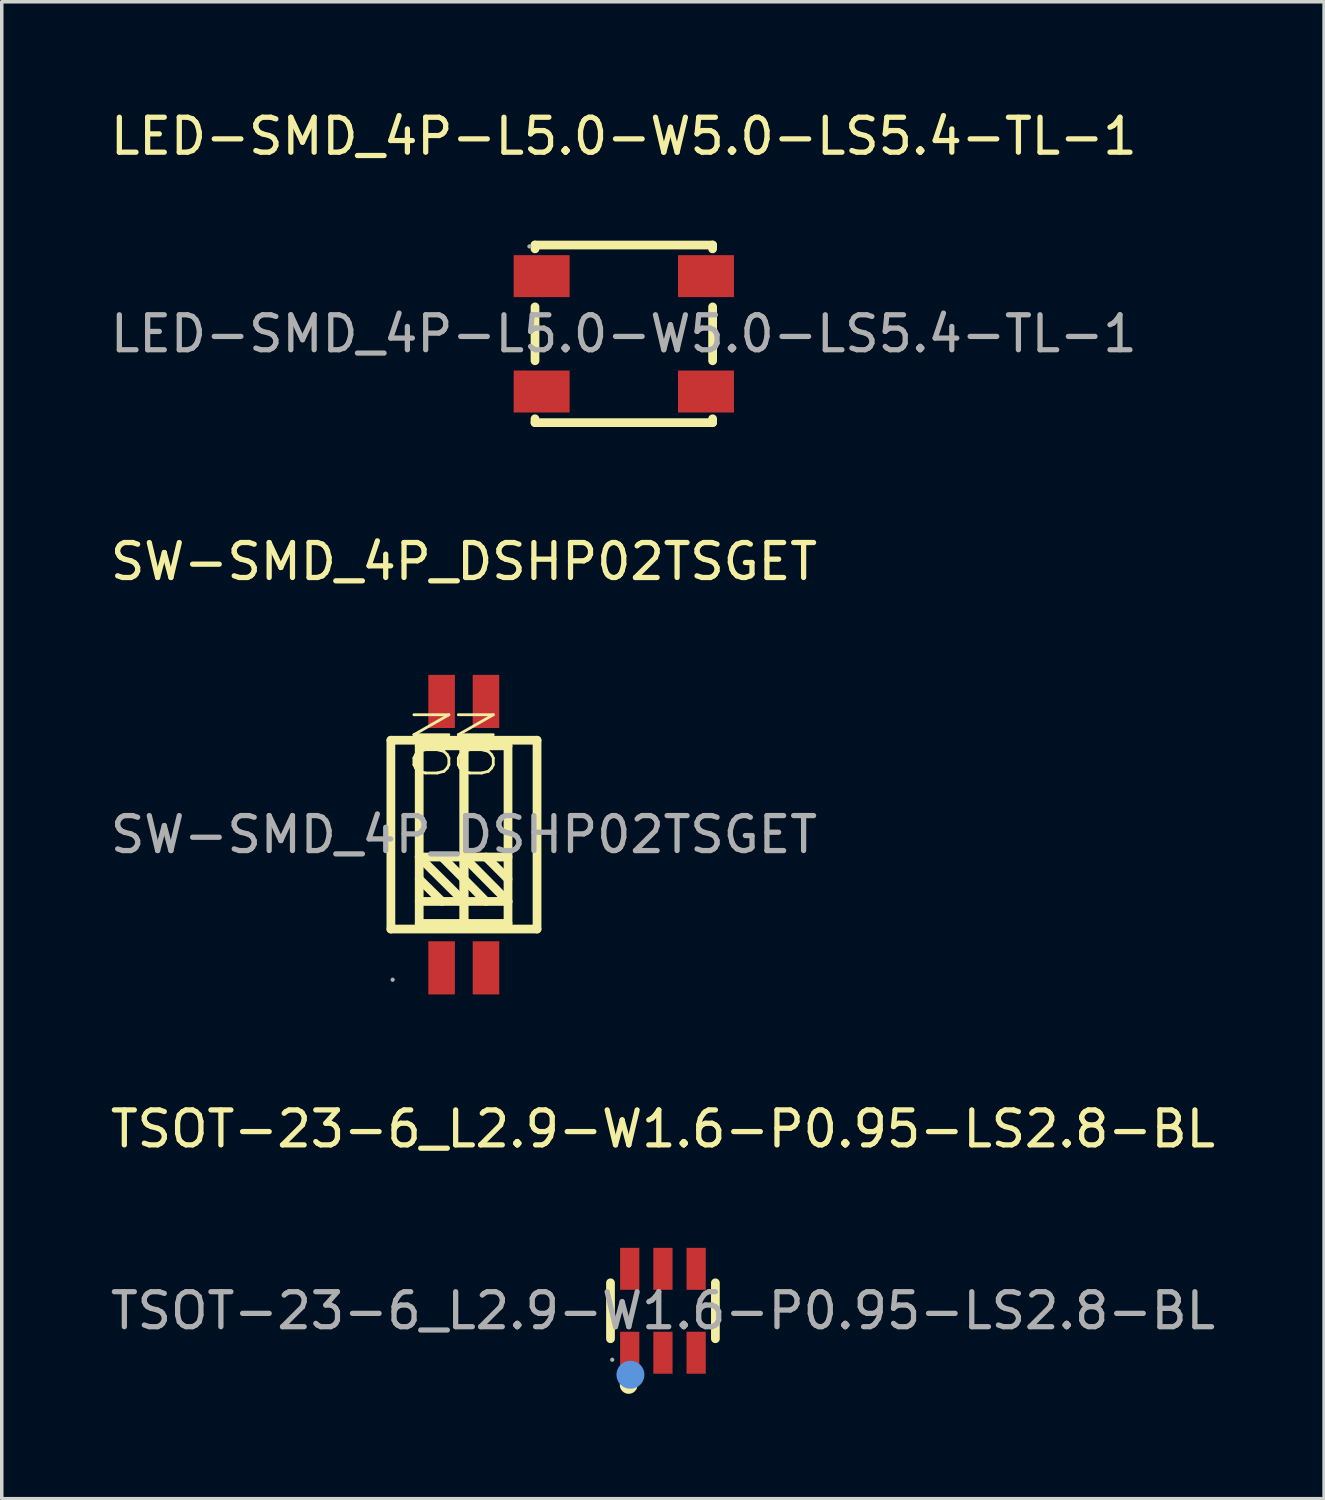
<source format=kicad_pcb>
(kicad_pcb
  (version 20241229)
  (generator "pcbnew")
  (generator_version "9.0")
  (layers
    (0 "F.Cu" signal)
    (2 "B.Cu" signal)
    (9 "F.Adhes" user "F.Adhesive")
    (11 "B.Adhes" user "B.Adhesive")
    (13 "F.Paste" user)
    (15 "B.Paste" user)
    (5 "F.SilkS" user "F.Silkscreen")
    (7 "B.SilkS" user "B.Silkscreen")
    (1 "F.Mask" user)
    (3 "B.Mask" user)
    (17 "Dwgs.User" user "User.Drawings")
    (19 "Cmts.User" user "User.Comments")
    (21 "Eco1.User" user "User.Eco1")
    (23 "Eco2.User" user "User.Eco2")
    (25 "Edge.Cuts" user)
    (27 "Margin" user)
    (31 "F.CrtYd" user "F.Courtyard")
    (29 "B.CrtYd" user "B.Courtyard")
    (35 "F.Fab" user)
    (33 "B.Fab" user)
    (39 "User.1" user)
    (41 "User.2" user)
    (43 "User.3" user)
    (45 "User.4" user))
  (footprint "LED-SMD_4P-L5.0-W5.0-LS5.4-TL-1"
    (layer "F.Cu")
    (at 14.792 6.498)
    (property "Reference" "LED-SMD_4P-L5.0-W5.0-LS5.4-TL-1" (at 0 -5.65 0) (layer "F.SilkS") (effects (font (size 1 1) (thickness 0.15))))
    (attr smd)
    (fp_line (start -2.54 -2.54) (end 2.54 -2.54) (stroke (width 0.25) (type solid)) (layer "F.SilkS"))
    (fp_line (start -2.54 -2.43) (end -2.54 -2.54) (stroke (width 0.25) (type solid)) (layer "F.SilkS"))
    (fp_line (start -2.54 0.77) (end -2.54 -0.77) (stroke (width 0.25) (type solid)) (layer "F.SilkS"))
    (fp_line (start -2.54 2.54) (end -2.54 2.43) (stroke (width 0.25) (type solid)) (layer "F.SilkS"))
    (fp_line (start 2.54 -2.54) (end 2.54 -2.43) (stroke (width 0.25) (type solid)) (layer "F.SilkS"))
    (fp_line (start 2.54 -0.77) (end 2.54 0.77) (stroke (width 0.25) (type solid)) (layer "F.SilkS"))
    (fp_line (start 2.54 2.43) (end 2.54 2.54) (stroke (width 0.25) (type solid)) (layer "F.SilkS"))
    (fp_line (start 2.54 2.54) (end -2.54 2.54) (stroke (width 0.25) (type solid)) (layer "F.SilkS"))
    (fp_circle (center -2.7 -2.5) (end -2.67 -2.5) (stroke (width 0.06) (type solid)) (fill no) (layer "F.Fab"))
    (fp_text user "${REFERENCE}" (at 0 0 0) (layer "F.Fab") (effects (font (size 1 1) (thickness 0.15))))
    (pad "1" smd rect (at -2.35 -1.65) (size 1.6 1.2) (layers "F.Cu" "F.Mask" "F.Paste"))
    (pad "2" smd rect (at -2.35 1.65) (size 1.6 1.2) (layers "F.Cu" "F.Mask" "F.Paste"))
    (pad "3" smd rect (at 2.35 1.65) (size 1.6 1.2) (layers "F.Cu" "F.Mask" "F.Paste"))
    (pad "4" smd rect (at 2.35 -1.65) (size 1.6 1.2) (layers "F.Cu" "F.Mask" "F.Paste")))
  (footprint "SW-SMD_4P_DSHP02TSGET"
    (layer "F.Cu")
    (at 10.22 20.822)
    (property "Reference" "SW-SMD_4P_DSHP02TSGET" (at 0 -7.81 0) (layer "F.SilkS") (effects (font (size 1 1) (thickness 0.15))))
    (attr smd)
    (fp_line (start -2.09 -2.7) (end -2.09 2.7) (stroke (width 0.25) (type solid)) (layer "F.SilkS"))
    (fp_line (start -2.09 2.7) (end 2.09 2.7) (stroke (width 0.25) (type solid)) (layer "F.SilkS"))
    (fp_line (start -1.28 -2.54) (end 0 -2.54) (stroke (width 0.25) (type solid)) (layer "F.SilkS"))
    (fp_line (start -1.28 0.64) (end 0 1.91) (stroke (width 0.25) (type solid)) (layer "F.SilkS"))
    (fp_line (start -1.28 1.27) (end -0.63 1.91) (stroke (width 0.25) (type solid)) (layer "F.SilkS"))
    (fp_line (start -1.28 2.54) (end -1.28 -2.54) (stroke (width 0.25) (type solid)) (layer "F.SilkS"))
    (fp_line (start -0.63 0.64) (end 0 1.27) (stroke (width 0.25) (type solid)) (layer "F.SilkS"))
    (fp_line (start 0 -2.54) (end 0 2.54) (stroke (width 0.25) (type solid)) (layer "F.SilkS"))
    (fp_line (start 0 -2.54) (end 0 2.54) (stroke (width 0.25) (type solid)) (layer "F.SilkS"))
    (fp_line (start 0 0.64) (end -1.28 0.64) (stroke (width 0.25) (type solid)) (layer "F.SilkS"))
    (fp_line (start 0 1.27) (end 0.63 1.91) (stroke (width 0.25) (type solid)) (layer "F.SilkS"))
    (fp_line (start 0 1.91) (end -1.28 1.91) (stroke (width 0.25) (type solid)) (layer "F.SilkS"))
    (fp_line (start 0 1.91) (end 1.26 1.91) (stroke (width 0.25) (type solid)) (layer "F.SilkS"))
    (fp_line (start 0 2.54) (end -1.28 2.54) (stroke (width 0.25) (type solid)) (layer "F.SilkS"))
    (fp_line (start 0 2.54) (end 1.26 2.54) (stroke (width 0.25) (type solid)) (layer "F.SilkS"))
    (fp_line (start 0.63 0.64) (end 1.26 1.27) (stroke (width 0.25) (type solid)) (layer "F.SilkS"))
    (fp_line (start 1.26 -2.54) (end 0 -2.54) (stroke (width 0.25) (type solid)) (layer "F.SilkS"))
    (fp_line (start 1.26 0.64) (end 0 0.64) (stroke (width 0.25) (type solid)) (layer "F.SilkS"))
    (fp_line (start 1.26 1.91) (end 0 0.64) (stroke (width 0.25) (type solid)) (layer "F.SilkS"))
    (fp_line (start 1.26 2.54) (end 1.26 -2.54) (stroke (width 0.25) (type solid)) (layer "F.SilkS"))
    (fp_line (start 2.09 -2.7) (end -2.09 -2.7) (stroke (width 0.25) (type solid)) (layer "F.SilkS"))
    (fp_line (start 2.09 2.7) (end 2.09 -2.7) (stroke (width 0.25) (type solid)) (layer "F.SilkS"))
    (fp_circle (center -2.04 4.15) (end -2.01 4.15) (stroke (width 0.06) (type solid)) (fill no) (layer "F.Fab"))
    (fp_text user "ON" (at -0.89 -1.52 270) (layer "F.SilkS") (effects (font (size 1 1) (thickness 0.08)) (justify left)))
    (fp_text user "ON" (at 0.38 -1.52 270) (layer "F.SilkS") (effects (font (size 1 1) (thickness 0.08)) (justify left)))
    (fp_text user "${REFERENCE}" (at 0 0 0) (layer "F.Fab") (effects (font (size 1 1) (thickness 0.15))))
    (pad "1" smd rect (at -0.64 3.81 270) (size 1.52 0.76) (layers "F.Cu" "F.Mask" "F.Paste"))
    (pad "2" smd rect (at 0.63 3.81 270) (size 1.52 0.76) (layers "F.Cu" "F.Mask" "F.Paste"))
    (pad "3" smd rect (at 0.63 -3.81 270) (size 1.52 0.76) (layers "F.Cu" "F.Mask" "F.Paste"))
    (pad "4" smd rect (at -0.64 -3.81 270) (size 1.52 0.76) (layers "F.Cu" "F.Mask" "F.Paste")))
  (footprint "TSOT-23-6_L2.9-W1.6-P0.95-LS2.8-BL"
    (layer "F.Cu")
    (at 15.911 34.44)
    (property "Reference" "TSOT-23-6_L2.9-W1.6-P0.95-LS2.8-BL" (at 0 -5.2 0) (layer "F.SilkS") (effects (font (size 1 1) (thickness 0.15))))
    (attr smd)
    (fp_line (start -1.5 0.8) (end -1.5 -0.8) (stroke (width 0.25) (type solid)) (layer "F.SilkS"))
    (fp_line (start 1.5 -0.8) (end 1.5 0.8) (stroke (width 0.25) (type solid)) (layer "F.SilkS"))
    (fp_circle (center -0.98 2.12) (end -0.85 2.12) (stroke (width 0.25) (type solid)) (fill no) (layer "F.SilkS"))
    (fp_circle (center -0.93 1.83) (end -0.73 1.83) (stroke (width 0.4) (type solid)) (fill no) (layer "Cmts.User"))
    (fp_circle (center -1.45 1.4) (end -1.42 1.4) (stroke (width 0.06) (type solid)) (fill no) (layer "F.Fab"))
    (fp_text user "${REFERENCE}" (at 0 0 0) (layer "F.Fab") (effects (font (size 1 1) (thickness 0.15))))
    (pad "1" smd rect (at -0.95 1.2) (size 0.55 1.2) (layers "F.Cu" "F.Mask" "F.Paste"))
    (pad "2" smd rect (at 0 1.2) (size 0.55 1.2) (layers "F.Cu" "F.Mask" "F.Paste"))
    (pad "3" smd rect (at 0.95 1.2) (size 0.55 1.2) (layers "F.Cu" "F.Mask" "F.Paste"))
    (pad "4" smd rect (at 0.95 -1.2) (size 0.55 1.2) (layers "F.Cu" "F.Mask" "F.Paste"))
    (pad "5" smd rect (at 0 -1.2) (size 0.55 1.2) (layers "F.Cu" "F.Mask" "F.Paste"))
    (pad "6" smd rect (at -0.95 -1.2) (size 0.55 1.2) (layers "F.Cu" "F.Mask" "F.Paste")))
  (gr_rect
    (start -3 -3)
    (end 34.821 39.815)
    (stroke (width 0.1) (type default))
    (fill no)
    (layer "Edge.Cuts")))
</source>
